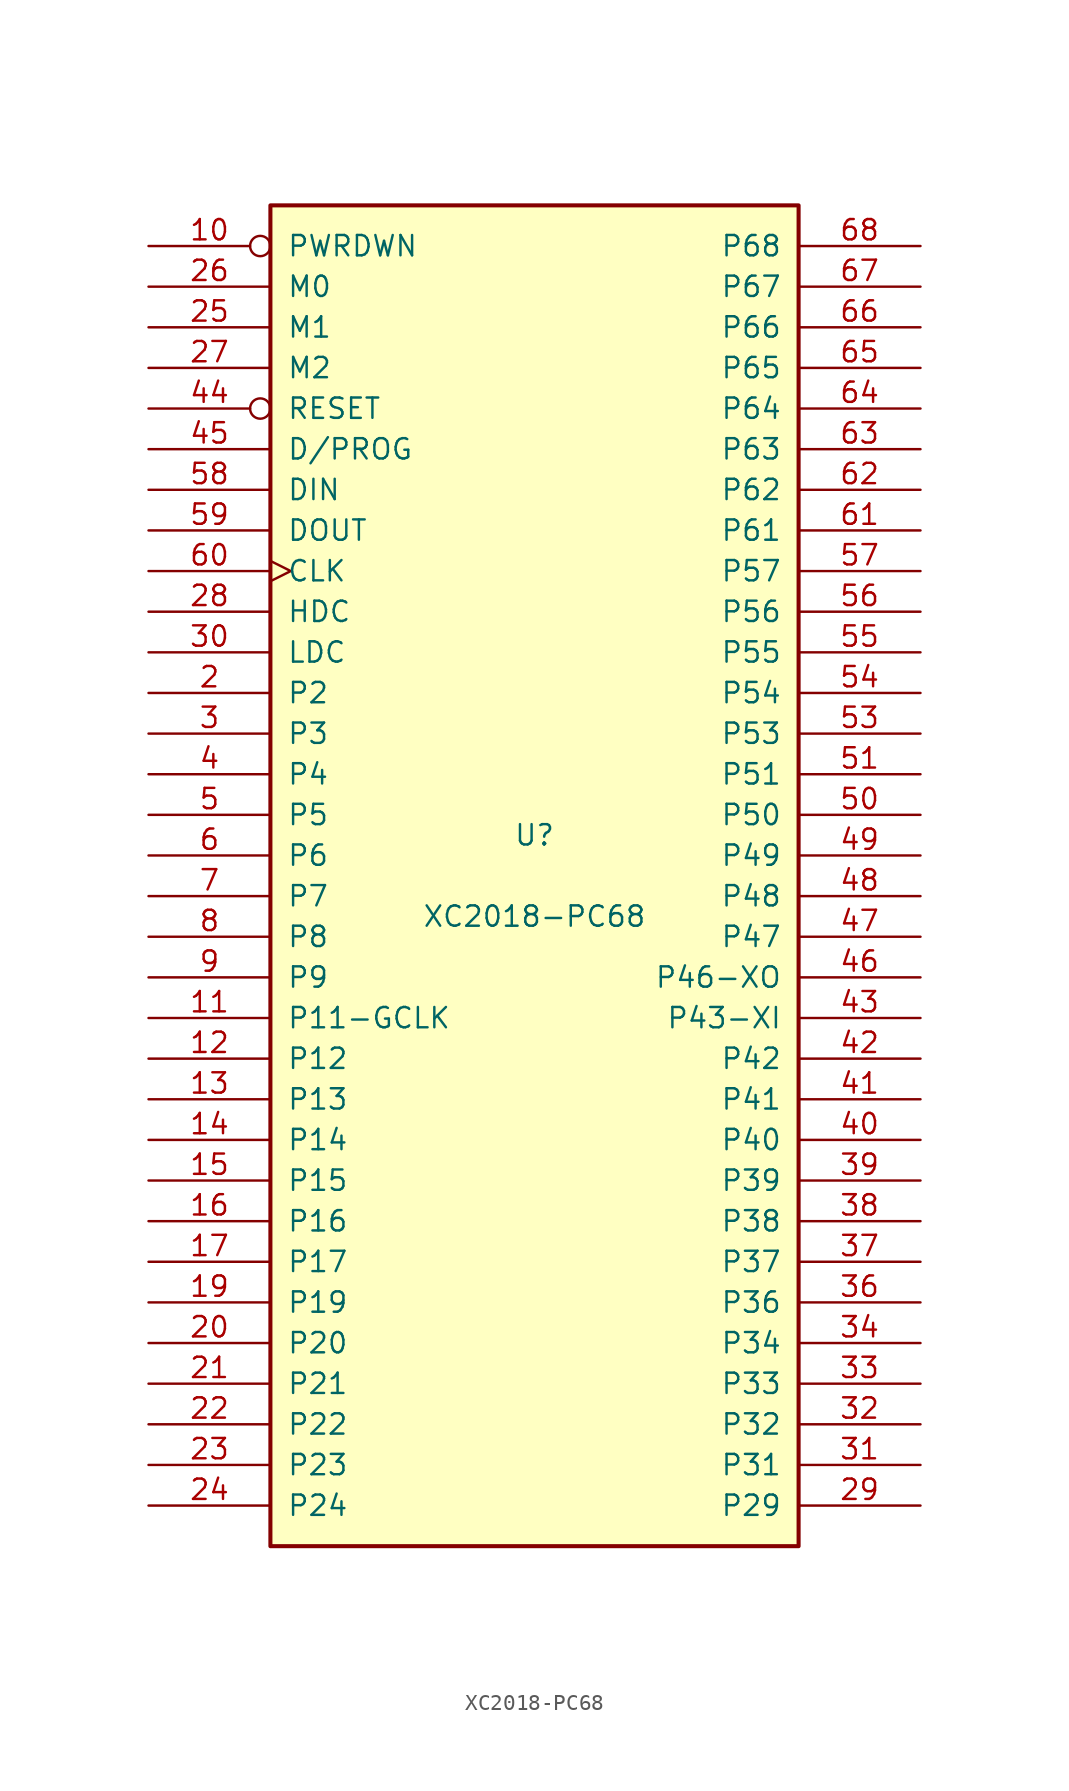
<source format=kicad_sym>
(kicad_symbol_lib
  (version 20211014)
  (generator kicad_symbol_editor)
  (symbol "XC2018-PC68"
    (pin_names
      (offset 1.016))
    (property "Reference" "U"
      (at 0 2.54 0)
      (effects (font (size 1.27 1.27))))
    (property "Value" "XC2018-PC68"
      (at 0 -2.54 0)
      (effects (font (size 1.27 1.27))))
    (symbol "XC2018-PC68_0_1"
      (rectangle (start -16.51 -41.91) (end 16.51 41.91) (stroke (width 0.254) (type default) (color 0 0 0 0)) (fill (type background))))
    (symbol "XC2018-PC68_1_1"
      (pin power_in line (at -3.81 -41.91 90) (length 0) hide (name "GND" (effects (font (size 1.27 1.27)))) (number "1" (effects (font (size 1.27 1.27)))))
      (pin input inverted (at -24.13 39.37 0) (length 7.62) (name "PWRDWN" (effects (font (size 1.27 1.27)))) (number "10" (effects (font (size 1.27 1.27)))))
      (pin passive line (at -24.13 -8.89 0) (length 7.62) (name "P11-GCLK" (effects (font (size 1.27 1.27)))) (number "11" (effects (font (size 1.27 1.27)))))
      (pin passive line (at -24.13 -11.43 0) (length 7.62) (name "P12" (effects (font (size 1.27 1.27)))) (number "12" (effects (font (size 1.27 1.27)))))
      (pin passive line (at -24.13 -13.97 0) (length 7.62) (name "P13" (effects (font (size 1.27 1.27)))) (number "13" (effects (font (size 1.27 1.27)))))
      (pin passive line (at -24.13 -16.51 0) (length 7.62) (name "P14" (effects (font (size 1.27 1.27)))) (number "14" (effects (font (size 1.27 1.27)))))
      (pin passive line (at -24.13 -19.05 0) (length 7.62) (name "P15" (effects (font (size 1.27 1.27)))) (number "15" (effects (font (size 1.27 1.27)))))
      (pin passive line (at -24.13 -21.59 0) (length 7.62) (name "P16" (effects (font (size 1.27 1.27)))) (number "16" (effects (font (size 1.27 1.27)))))
      (pin passive line (at -24.13 -24.13 0) (length 7.62) (name "P17" (effects (font (size 1.27 1.27)))) (number "17" (effects (font (size 1.27 1.27)))))
      (pin power_in line (at 1.27 41.91 270) (length 0) hide (name "VCC" (effects (font (size 1.27 1.27)))) (number "18" (effects (font (size 1.27 1.27)))))
      (pin passive line (at -24.13 -26.67 0) (length 7.62) (name "P19" (effects (font (size 1.27 1.27)))) (number "19" (effects (font (size 1.27 1.27)))))
      (pin passive line (at -24.13 11.43 0) (length 7.62) (name "P2" (effects (font (size 1.27 1.27)))) (number "2" (effects (font (size 1.27 1.27)))))
      (pin passive line (at -24.13 -29.21 0) (length 7.62) (name "P20" (effects (font (size 1.27 1.27)))) (number "20" (effects (font (size 1.27 1.27)))))
      (pin passive line (at -24.13 -31.75 0) (length 7.62) (name "P21" (effects (font (size 1.27 1.27)))) (number "21" (effects (font (size 1.27 1.27)))))
      (pin passive line (at -24.13 -34.29 0) (length 7.62) (name "P22" (effects (font (size 1.27 1.27)))) (number "22" (effects (font (size 1.27 1.27)))))
      (pin passive line (at -24.13 -36.83 0) (length 7.62) (name "P23" (effects (font (size 1.27 1.27)))) (number "23" (effects (font (size 1.27 1.27)))))
      (pin passive line (at -24.13 -39.37 0) (length 7.62) (name "P24" (effects (font (size 1.27 1.27)))) (number "24" (effects (font (size 1.27 1.27)))))
      (pin input line (at -24.13 34.29 0) (length 7.62) (name "M1" (effects (font (size 1.27 1.27)))) (number "25" (effects (font (size 1.27 1.27)))))
      (pin input line (at -24.13 36.83 0) (length 7.62) (name "M0" (effects (font (size 1.27 1.27)))) (number "26" (effects (font (size 1.27 1.27)))))
      (pin bidirectional line (at -24.13 31.75 0) (length 7.62) (name "M2" (effects (font (size 1.27 1.27)))) (number "27" (effects (font (size 1.27 1.27)))))
      (pin output line (at -24.13 16.51 0) (length 7.62) (name "HDC" (effects (font (size 1.27 1.27)))) (number "28" (effects (font (size 1.27 1.27)))))
      (pin passive line (at 24.13 -39.37 180) (length 7.62) (name "P29" (effects (font (size 1.27 1.27)))) (number "29" (effects (font (size 1.27 1.27)))))
      (pin passive line (at -24.13 8.89 0) (length 7.62) (name "P3" (effects (font (size 1.27 1.27)))) (number "3" (effects (font (size 1.27 1.27)))))
      (pin output line (at -24.13 13.97 0) (length 7.62) (name "LDC" (effects (font (size 1.27 1.27)))) (number "30" (effects (font (size 1.27 1.27)))))
      (pin passive line (at 24.13 -36.83 180) (length 7.62) (name "P31" (effects (font (size 1.27 1.27)))) (number "31" (effects (font (size 1.27 1.27)))))
      (pin passive line (at 24.13 -34.29 180) (length 7.62) (name "P32" (effects (font (size 1.27 1.27)))) (number "32" (effects (font (size 1.27 1.27)))))
      (pin passive line (at 24.13 -31.75 180) (length 7.62) (name "P33" (effects (font (size 1.27 1.27)))) (number "33" (effects (font (size 1.27 1.27)))))
      (pin passive line (at 24.13 -29.21 180) (length 7.62) (name "P34" (effects (font (size 1.27 1.27)))) (number "34" (effects (font (size 1.27 1.27)))))
      (pin power_in line (at -1.27 -41.91 90) (length 0) hide (name "GND" (effects (font (size 1.27 1.27)))) (number "35" (effects (font (size 1.27 1.27)))))
      (pin passive line (at 24.13 -26.67 180) (length 7.62) (name "P36" (effects (font (size 1.27 1.27)))) (number "36" (effects (font (size 1.27 1.27)))))
      (pin passive line (at 24.13 -24.13 180) (length 7.62) (name "P37" (effects (font (size 1.27 1.27)))) (number "37" (effects (font (size 1.27 1.27)))))
      (pin passive line (at 24.13 -21.59 180) (length 7.62) (name "P38" (effects (font (size 1.27 1.27)))) (number "38" (effects (font (size 1.27 1.27)))))
      (pin passive line (at 24.13 -19.05 180) (length 7.62) (name "P39" (effects (font (size 1.27 1.27)))) (number "39" (effects (font (size 1.27 1.27)))))
      (pin passive line (at -24.13 6.35 0) (length 7.62) (name "P4" (effects (font (size 1.27 1.27)))) (number "4" (effects (font (size 1.27 1.27)))))
      (pin passive line (at 24.13 -16.51 180) (length 7.62) (name "P40" (effects (font (size 1.27 1.27)))) (number "40" (effects (font (size 1.27 1.27)))))
      (pin passive line (at 24.13 -13.97 180) (length 7.62) (name "P41" (effects (font (size 1.27 1.27)))) (number "41" (effects (font (size 1.27 1.27)))))
      (pin passive line (at 24.13 -11.43 180) (length 7.62) (name "P42" (effects (font (size 1.27 1.27)))) (number "42" (effects (font (size 1.27 1.27)))))
      (pin passive line (at 24.13 -8.89 180) (length 7.62) (name "P43-XI" (effects (font (size 1.27 1.27)))) (number "43" (effects (font (size 1.27 1.27)))))
      (pin input inverted (at -24.13 29.21 0) (length 7.62) (name "RESET" (effects (font (size 1.27 1.27)))) (number "44" (effects (font (size 1.27 1.27)))))
      (pin bidirectional line (at -24.13 26.67 0) (length 7.62) (name "D/PROG" (effects (font (size 1.27 1.27)))) (number "45" (effects (font (size 1.27 1.27)))))
      (pin passive line (at 24.13 -6.35 180) (length 7.62) (name "P46-XO" (effects (font (size 1.27 1.27)))) (number "46" (effects (font (size 1.27 1.27)))))
      (pin passive line (at 24.13 -3.81 180) (length 7.62) (name "P47" (effects (font (size 1.27 1.27)))) (number "47" (effects (font (size 1.27 1.27)))))
      (pin passive line (at 24.13 -1.27 180) (length 7.62) (name "P48" (effects (font (size 1.27 1.27)))) (number "48" (effects (font (size 1.27 1.27)))))
      (pin passive line (at 24.13 1.27 180) (length 7.62) (name "P49" (effects (font (size 1.27 1.27)))) (number "49" (effects (font (size 1.27 1.27)))))
      (pin passive line (at -24.13 3.81 0) (length 7.62) (name "P5" (effects (font (size 1.27 1.27)))) (number "5" (effects (font (size 1.27 1.27)))))
      (pin passive line (at 24.13 3.81 180) (length 7.62) (name "P50" (effects (font (size 1.27 1.27)))) (number "50" (effects (font (size 1.27 1.27)))))
      (pin passive line (at 24.13 6.35 180) (length 7.62) (name "P51" (effects (font (size 1.27 1.27)))) (number "51" (effects (font (size 1.27 1.27)))))
      (pin power_in line (at -1.27 41.91 270) (length 0) hide (name "VCC" (effects (font (size 1.27 1.27)))) (number "52" (effects (font (size 1.27 1.27)))))
      (pin passive line (at 24.13 8.89 180) (length 7.62) (name "P53" (effects (font (size 1.27 1.27)))) (number "53" (effects (font (size 1.27 1.27)))))
      (pin passive line (at 24.13 11.43 180) (length 7.62) (name "P54" (effects (font (size 1.27 1.27)))) (number "54" (effects (font (size 1.27 1.27)))))
      (pin passive line (at 24.13 13.97 180) (length 7.62) (name "P55" (effects (font (size 1.27 1.27)))) (number "55" (effects (font (size 1.27 1.27)))))
      (pin passive line (at 24.13 16.51 180) (length 7.62) (name "P56" (effects (font (size 1.27 1.27)))) (number "56" (effects (font (size 1.27 1.27)))))
      (pin passive line (at 24.13 19.05 180) (length 7.62) (name "P57" (effects (font (size 1.27 1.27)))) (number "57" (effects (font (size 1.27 1.27)))))
      (pin bidirectional line (at -24.13 24.13 0) (length 7.62) (name "DIN" (effects (font (size 1.27 1.27)))) (number "58" (effects (font (size 1.27 1.27)))))
      (pin bidirectional line (at -24.13 21.59 0) (length 7.62) (name "DOUT" (effects (font (size 1.27 1.27)))) (number "59" (effects (font (size 1.27 1.27)))))
      (pin passive line (at -24.13 1.27 0) (length 7.62) (name "P6" (effects (font (size 1.27 1.27)))) (number "6" (effects (font (size 1.27 1.27)))))
      (pin input clock (at -24.13 19.05 0) (length 7.62) (name "CLK" (effects (font (size 1.27 1.27)))) (number "60" (effects (font (size 1.27 1.27)))))
      (pin passive line (at 24.13 21.59 180) (length 7.62) (name "P61" (effects (font (size 1.27 1.27)))) (number "61" (effects (font (size 1.27 1.27)))))
      (pin passive line (at 24.13 24.13 180) (length 7.62) (name "P62" (effects (font (size 1.27 1.27)))) (number "62" (effects (font (size 1.27 1.27)))))
      (pin passive line (at 24.13 26.67 180) (length 7.62) (name "P63" (effects (font (size 1.27 1.27)))) (number "63" (effects (font (size 1.27 1.27)))))
      (pin passive line (at 24.13 29.21 180) (length 7.62) (name "P64" (effects (font (size 1.27 1.27)))) (number "64" (effects (font (size 1.27 1.27)))))
      (pin passive line (at 24.13 31.75 180) (length 7.62) (name "P65" (effects (font (size 1.27 1.27)))) (number "65" (effects (font (size 1.27 1.27)))))
      (pin passive line (at 24.13 34.29 180) (length 7.62) (name "P66" (effects (font (size 1.27 1.27)))) (number "66" (effects (font (size 1.27 1.27)))))
      (pin passive line (at 24.13 36.83 180) (length 7.62) (name "P67" (effects (font (size 1.27 1.27)))) (number "67" (effects (font (size 1.27 1.27)))))
      (pin passive line (at 24.13 39.37 180) (length 7.62) (name "P68" (effects (font (size 1.27 1.27)))) (number "68" (effects (font (size 1.27 1.27)))))
      (pin passive line (at -24.13 -1.27 0) (length 7.62) (name "P7" (effects (font (size 1.27 1.27)))) (number "7" (effects (font (size 1.27 1.27)))))
      (pin passive line (at -24.13 -3.81 0) (length 7.62) (name "P8" (effects (font (size 1.27 1.27)))) (number "8" (effects (font (size 1.27 1.27)))))
      (pin passive line (at -24.13 -6.35 0) (length 7.62) (name "P9" (effects (font (size 1.27 1.27)))) (number "9" (effects (font (size 1.27 1.27))))))))
</source>
